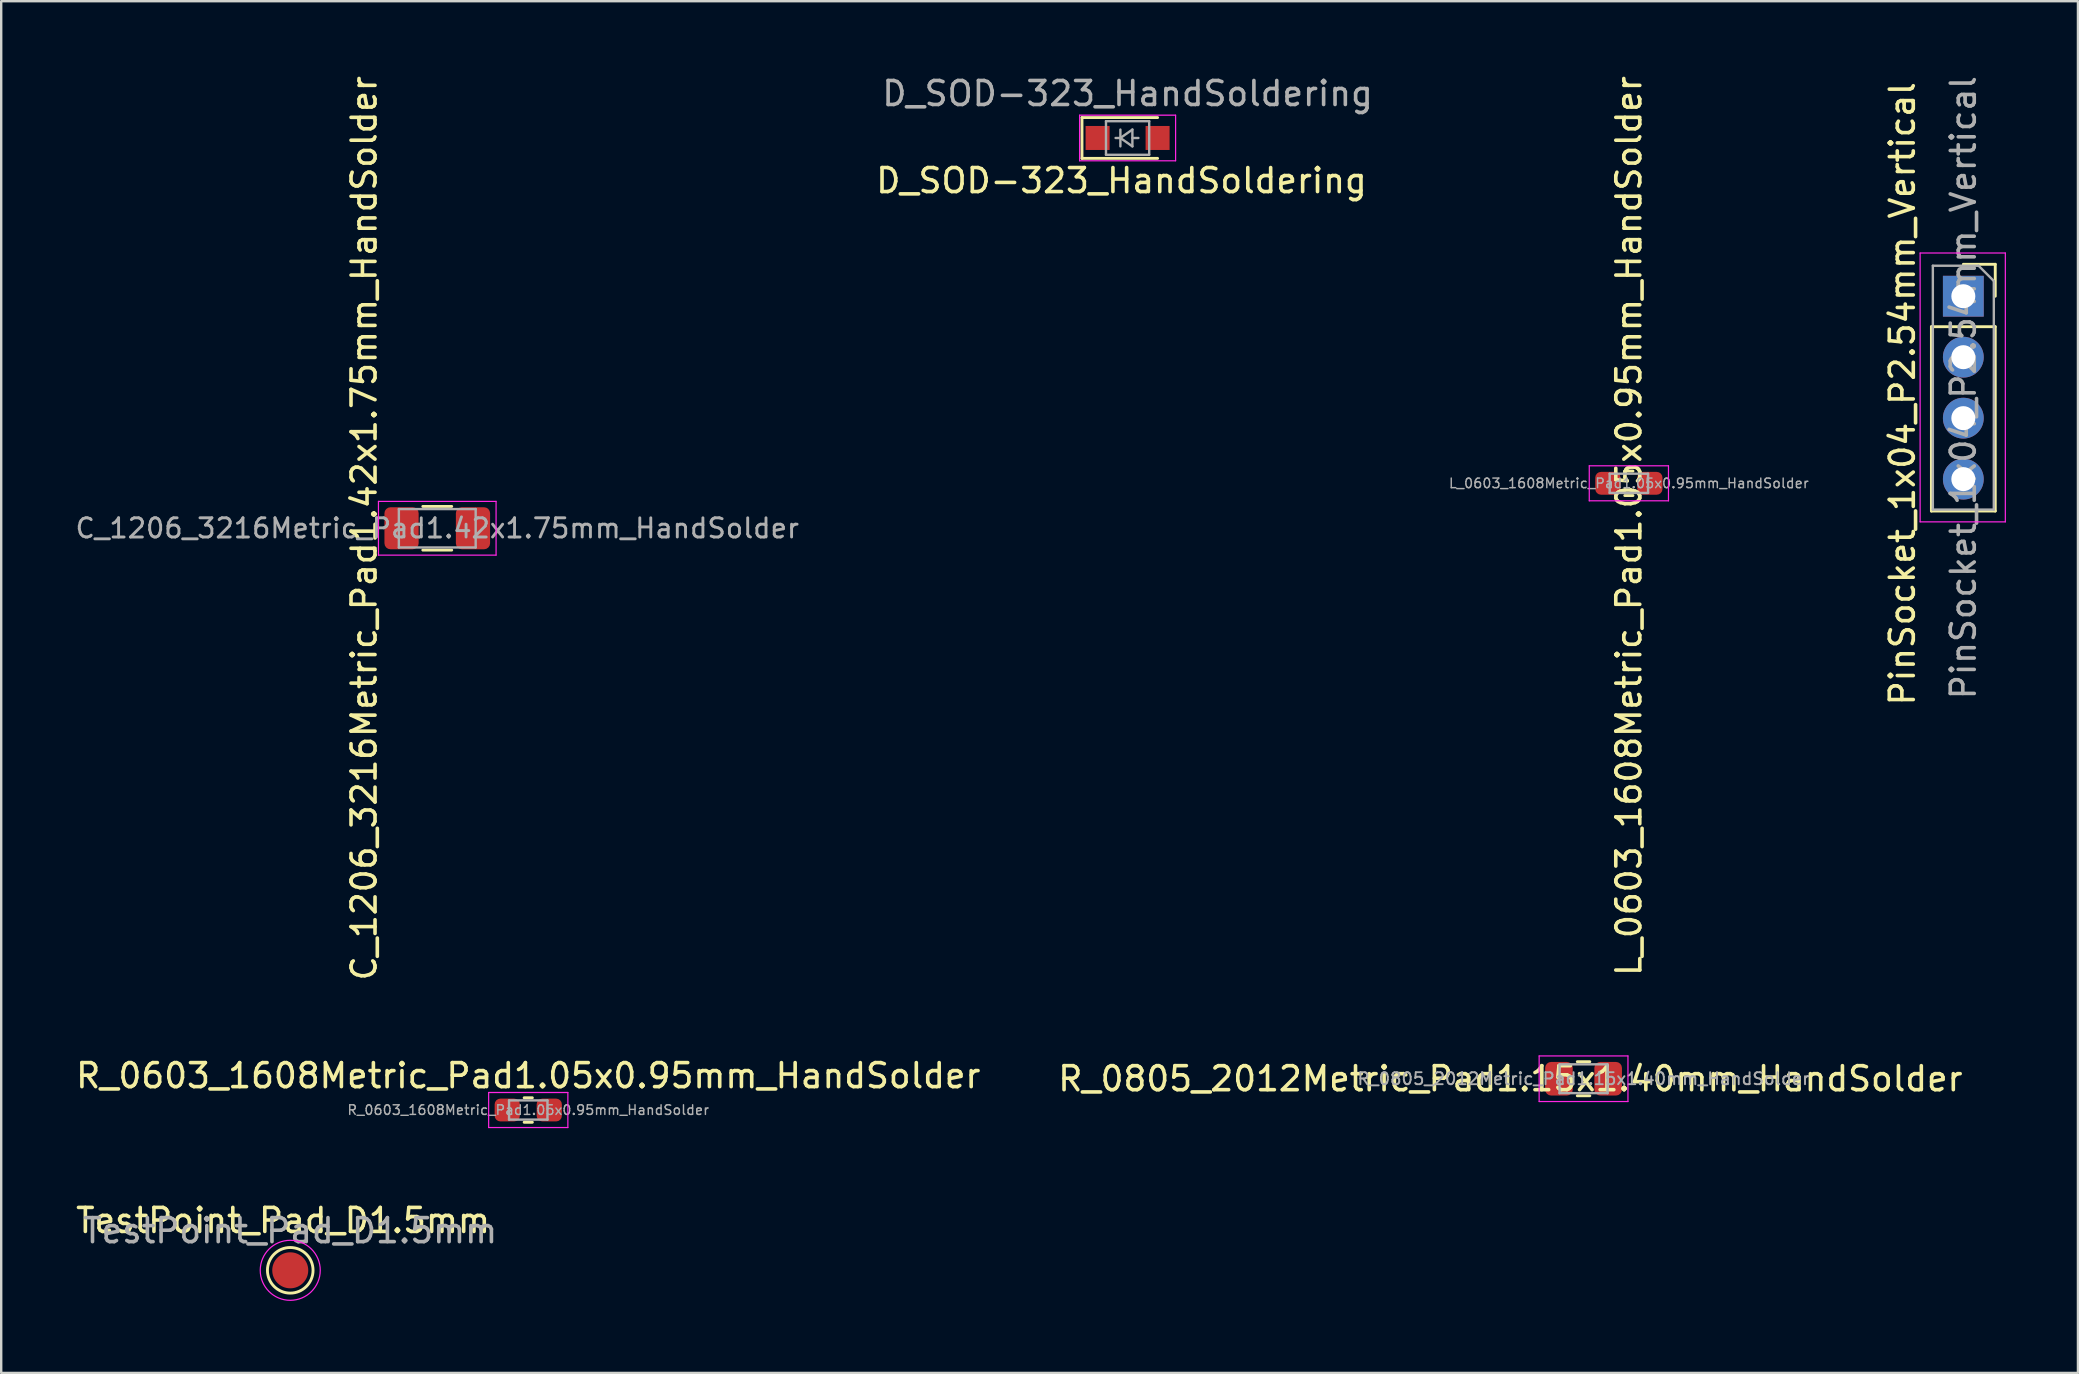
<source format=kicad_pcb>
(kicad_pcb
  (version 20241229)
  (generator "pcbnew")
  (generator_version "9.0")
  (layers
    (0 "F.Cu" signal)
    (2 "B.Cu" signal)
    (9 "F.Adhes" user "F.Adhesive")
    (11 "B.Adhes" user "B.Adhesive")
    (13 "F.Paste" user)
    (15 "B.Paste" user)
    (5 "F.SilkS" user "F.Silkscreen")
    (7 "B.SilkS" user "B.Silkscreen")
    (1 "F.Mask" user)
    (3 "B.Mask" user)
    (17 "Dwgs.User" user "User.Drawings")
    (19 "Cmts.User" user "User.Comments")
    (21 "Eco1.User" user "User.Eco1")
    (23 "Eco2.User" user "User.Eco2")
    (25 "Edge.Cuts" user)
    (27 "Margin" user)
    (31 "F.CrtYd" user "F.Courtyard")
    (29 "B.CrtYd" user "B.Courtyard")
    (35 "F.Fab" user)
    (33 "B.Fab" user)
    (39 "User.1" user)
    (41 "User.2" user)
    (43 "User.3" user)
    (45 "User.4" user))
  (footprint "PinSocket_1x04_P2.54mm_Vertical"
    (layer "F.Cu")
    (at 78.745 9.291)
    (property "Reference" "PinSocket_1x04_P2.54mm_Vertical" (at -2.54 4.064 90) (layer "F.SilkS") (effects (font (size 1 1) (thickness 0.15))))
    (attr through_hole)
    (fp_line (start -1.33 1.27) (end -1.33 8.95) (stroke (width 0.12) (type solid)) (layer "F.SilkS"))
    (fp_line (start -1.33 1.27) (end 1.33 1.27) (stroke (width 0.12) (type solid)) (layer "F.SilkS"))
    (fp_line (start -1.33 8.95) (end 1.33 8.95) (stroke (width 0.12) (type solid)) (layer "F.SilkS"))
    (fp_line (start 0 -1.33) (end 1.33 -1.33) (stroke (width 0.12) (type solid)) (layer "F.SilkS"))
    (fp_line (start 1.33 -1.33) (end 1.33 0) (stroke (width 0.12) (type solid)) (layer "F.SilkS"))
    (fp_line (start 1.33 1.27) (end 1.33 8.95) (stroke (width 0.12) (type solid)) (layer "F.SilkS"))
    (fp_line (start -1.8 -1.8) (end 1.75 -1.8) (stroke (width 0.05) (type solid)) (layer "F.CrtYd"))
    (fp_line (start -1.8 9.4) (end -1.8 -1.8) (stroke (width 0.05) (type solid)) (layer "F.CrtYd"))
    (fp_line (start 1.75 -1.8) (end 1.75 9.4) (stroke (width 0.05) (type solid)) (layer "F.CrtYd"))
    (fp_line (start 1.75 9.4) (end -1.8 9.4) (stroke (width 0.05) (type solid)) (layer "F.CrtYd"))
    (fp_line (start -1.27 -1.27) (end 0.635 -1.27) (stroke (width 0.1) (type solid)) (layer "F.Fab"))
    (fp_line (start -1.27 8.89) (end -1.27 -1.27) (stroke (width 0.1) (type solid)) (layer "F.Fab"))
    (fp_line (start 0.635 -1.27) (end 1.27 -0.635) (stroke (width 0.1) (type solid)) (layer "F.Fab"))
    (fp_line (start 1.27 -0.635) (end 1.27 8.89) (stroke (width 0.1) (type solid)) (layer "F.Fab"))
    (fp_line (start 1.27 8.89) (end -1.27 8.89) (stroke (width 0.1) (type solid)) (layer "F.Fab"))
    (fp_text user "${REFERENCE}" (at 0 3.81 90) (layer "F.Fab") (effects (font (size 1 1) (thickness 0.15))))
    (pad "1" thru_hole rect (at 0 0) (size 1.7 1.7) (drill 1) (layers "*.Cu" "*.Mask"))
    (pad "2" thru_hole oval (at 0 2.54) (size 1.7 1.7) (drill 1) (layers "*.Cu" "*.Mask"))
    (pad "3" thru_hole oval (at 0 5.08) (size 1.7 1.7) (drill 1) (layers "*.Cu" "*.Mask"))
    (pad "4" thru_hole oval (at 0 7.62) (size 1.7 1.7) (drill 1) (layers "*.Cu" "*.Mask")))
  (footprint "L_0603_1608Metric_Pad1.05x0.95mm_HandSolder"
    (layer "F.Cu")
    (at 64.811 17.085)
    (property "Reference" "L_0603_1608Metric_Pad1.05x0.95mm_HandSolder" (at 0 1.778 90) (layer "F.SilkS") (effects (font (size 1 1) (thickness 0.15))))
    (attr smd)
    (fp_line (start -0.171 -0.51) (end 0.171 -0.51) (stroke (width 0.12) (type solid)) (layer "F.SilkS"))
    (fp_line (start -0.171 0.51) (end 0.171 0.51) (stroke (width 0.12) (type solid)) (layer "F.SilkS"))
    (fp_line (start -1.65 -0.73) (end 1.65 -0.73) (stroke (width 0.05) (type solid)) (layer "F.CrtYd"))
    (fp_line (start -1.65 0.73) (end -1.65 -0.73) (stroke (width 0.05) (type solid)) (layer "F.CrtYd"))
    (fp_line (start 1.65 -0.73) (end 1.65 0.73) (stroke (width 0.05) (type solid)) (layer "F.CrtYd"))
    (fp_line (start 1.65 0.73) (end -1.65 0.73) (stroke (width 0.05) (type solid)) (layer "F.CrtYd"))
    (fp_line (start -0.8 -0.4) (end 0.8 -0.4) (stroke (width 0.1) (type solid)) (layer "F.Fab"))
    (fp_line (start -0.8 0.4) (end -0.8 -0.4) (stroke (width 0.1) (type solid)) (layer "F.Fab"))
    (fp_line (start 0.8 -0.4) (end 0.8 0.4) (stroke (width 0.1) (type solid)) (layer "F.Fab"))
    (fp_line (start 0.8 0.4) (end -0.8 0.4) (stroke (width 0.1) (type solid)) (layer "F.Fab"))
    (fp_text user "${REFERENCE}" (at 0 0 0) (layer "F.Fab") (effects (font (size 0.4 0.4) (thickness 0.06))))
    (pad "1" smd roundrect (at -0.875 0) (size 1.05 0.95) (layers "F.Cu" "F.Mask" "F.Paste") (roundrect_rratio 0.25))
    (pad "2" smd roundrect (at 0.875 0) (size 1.05 0.95) (layers "F.Cu" "F.Mask" "F.Paste") (roundrect_rratio 0.25)))
  (footprint "R_0805_2012Metric_Pad1.15x1.40mm_HandSolder"
    (layer "F.Cu")
    (at 62.923 41.892)
    (property "Reference" "R_0805_2012Metric_Pad1.15x1.40mm_HandSolder" (at -3.048 0 0) (layer "F.SilkS") (effects (font (size 1 1) (thickness 0.15))))
    (attr smd)
    (fp_line (start -0.261 -0.71) (end 0.261 -0.71) (stroke (width 0.12) (type solid)) (layer "F.SilkS"))
    (fp_line (start -0.261 0.71) (end 0.261 0.71) (stroke (width 0.12) (type solid)) (layer "F.SilkS"))
    (fp_line (start -1.85 -0.95) (end 1.85 -0.95) (stroke (width 0.05) (type solid)) (layer "F.CrtYd"))
    (fp_line (start -1.85 0.95) (end -1.85 -0.95) (stroke (width 0.05) (type solid)) (layer "F.CrtYd"))
    (fp_line (start 1.85 -0.95) (end 1.85 0.95) (stroke (width 0.05) (type solid)) (layer "F.CrtYd"))
    (fp_line (start 1.85 0.95) (end -1.85 0.95) (stroke (width 0.05) (type solid)) (layer "F.CrtYd"))
    (fp_line (start -1 -0.6) (end 1 -0.6) (stroke (width 0.1) (type solid)) (layer "F.Fab"))
    (fp_line (start -1 0.6) (end -1 -0.6) (stroke (width 0.1) (type solid)) (layer "F.Fab"))
    (fp_line (start 1 -0.6) (end 1 0.6) (stroke (width 0.1) (type solid)) (layer "F.Fab"))
    (fp_line (start 1 0.6) (end -1 0.6) (stroke (width 0.1) (type solid)) (layer "F.Fab"))
    (fp_text user "${REFERENCE}" (at 0 0 0) (layer "F.Fab") (effects (font (size 0.5 0.5) (thickness 0.08))))
    (pad "1" smd roundrect (at -1.025 0) (size 1.15 1.4) (layers "F.Cu" "F.Mask" "F.Paste") (roundrect_rratio 0.217))
    (pad "2" smd roundrect (at 1.025 0) (size 1.15 1.4) (layers "F.Cu" "F.Mask" "F.Paste") (roundrect_rratio 0.217)))
  (footprint "R_0603_1608Metric_Pad1.05x0.95mm_HandSolder"
    (layer "F.Cu")
    (at 18.958 43.195)
    (property "Reference" "R_0603_1608Metric_Pad1.05x0.95mm_HandSolder" (at 0 -1.43 0) (layer "F.SilkS") (effects (font (size 1 1) (thickness 0.15))))
    (attr smd)
    (fp_line (start -0.171 -0.51) (end 0.171 -0.51) (stroke (width 0.12) (type solid)) (layer "F.SilkS"))
    (fp_line (start -0.171 0.51) (end 0.171 0.51) (stroke (width 0.12) (type solid)) (layer "F.SilkS"))
    (fp_line (start -1.65 -0.73) (end 1.65 -0.73) (stroke (width 0.05) (type solid)) (layer "F.CrtYd"))
    (fp_line (start -1.65 0.73) (end -1.65 -0.73) (stroke (width 0.05) (type solid)) (layer "F.CrtYd"))
    (fp_line (start 1.65 -0.73) (end 1.65 0.73) (stroke (width 0.05) (type solid)) (layer "F.CrtYd"))
    (fp_line (start 1.65 0.73) (end -1.65 0.73) (stroke (width 0.05) (type solid)) (layer "F.CrtYd"))
    (fp_line (start -0.8 -0.4) (end 0.8 -0.4) (stroke (width 0.1) (type solid)) (layer "F.Fab"))
    (fp_line (start -0.8 0.4) (end -0.8 -0.4) (stroke (width 0.1) (type solid)) (layer "F.Fab"))
    (fp_line (start 0.8 -0.4) (end 0.8 0.4) (stroke (width 0.1) (type solid)) (layer "F.Fab"))
    (fp_line (start 0.8 0.4) (end -0.8 0.4) (stroke (width 0.1) (type solid)) (layer "F.Fab"))
    (fp_text user "${REFERENCE}" (at 0 0 0) (layer "F.Fab") (effects (font (size 0.4 0.4) (thickness 0.06))))
    (pad "1" smd roundrect (at -0.875 0) (size 1.05 0.95) (layers "F.Cu" "F.Mask" "F.Paste") (roundrect_rratio 0.25))
    (pad "2" smd roundrect (at 0.875 0) (size 1.05 0.95) (layers "F.Cu" "F.Mask" "F.Paste") (roundrect_rratio 0.25)))
  (footprint "TestPoint_Pad_D1.5mm"
    (layer "F.Cu")
    (at 9.042 49.873)
    (property "Reference" "TestPoint_Pad_D1.5mm" (at -0.298 -2.075 0) (layer "F.SilkS") (effects (font (size 1 1) (thickness 0.15))))
    (attr exclude_from_pos_files exclude_from_bom)
    (fp_circle (center 0 0) (end 0 0.95) (stroke (width 0.12) (type solid)) (fill no) (layer "F.SilkS"))
    (fp_circle (center 0 0) (end 1.25 0) (stroke (width 0.05) (type solid)) (fill no) (layer "F.CrtYd"))
    (fp_text user "${REFERENCE}" (at 0 -1.65 0) (layer "F.Fab") (effects (font (size 1 1) (thickness 0.15))))
    (pad "1" smd circle (at 0 0) (size 1.5 1.5) (layers "F.Cu" "F.Mask")))
  (footprint "C_1206_3216Metric_Pad1.42x1.75mm_HandSolder"
    (layer "F.Cu")
    (at 15.167 18.958)
    (property "Reference" "C_1206_3216Metric_Pad1.42x1.75mm_HandSolder" (at -3.048 0 90) (layer "F.SilkS") (effects (font (size 1 1) (thickness 0.15))))
    (attr smd)
    (fp_line (start -0.602 -0.91) (end 0.602 -0.91) (stroke (width 0.12) (type solid)) (layer "F.SilkS"))
    (fp_line (start -0.602 0.91) (end 0.602 0.91) (stroke (width 0.12) (type solid)) (layer "F.SilkS"))
    (fp_line (start -2.45 -1.12) (end 2.45 -1.12) (stroke (width 0.05) (type solid)) (layer "F.CrtYd"))
    (fp_line (start -2.45 1.12) (end -2.45 -1.12) (stroke (width 0.05) (type solid)) (layer "F.CrtYd"))
    (fp_line (start 2.45 -1.12) (end 2.45 1.12) (stroke (width 0.05) (type solid)) (layer "F.CrtYd"))
    (fp_line (start 2.45 1.12) (end -2.45 1.12) (stroke (width 0.05) (type solid)) (layer "F.CrtYd"))
    (fp_line (start -1.6 -0.8) (end 1.6 -0.8) (stroke (width 0.1) (type solid)) (layer "F.Fab"))
    (fp_line (start -1.6 0.8) (end -1.6 -0.8) (stroke (width 0.1) (type solid)) (layer "F.Fab"))
    (fp_line (start 1.6 -0.8) (end 1.6 0.8) (stroke (width 0.1) (type solid)) (layer "F.Fab"))
    (fp_line (start 1.6 0.8) (end -1.6 0.8) (stroke (width 0.1) (type solid)) (layer "F.Fab"))
    (fp_text user "${REFERENCE}" (at 0 0 0) (layer "F.Fab") (effects (font (size 0.8 0.8) (thickness 0.12))))
    (pad "1" smd roundrect (at -1.488 0) (size 1.425 1.75) (layers "F.Cu" "F.Mask" "F.Paste") (roundrect_rratio 0.175))
    (pad "2" smd roundrect (at 1.488 0) (size 1.425 1.75) (layers "F.Cu" "F.Mask" "F.Paste") (roundrect_rratio 0.175)))
  (footprint "D_SOD-323_HandSoldering"
    (layer "F.Cu")
    (at 43.927 2.698)
    (property "Reference" "D_SOD-323_HandSoldering" (at -0.254 1.778 0) (layer "F.SilkS") (effects (font (size 1 1) (thickness 0.15))))
    (attr smd)
    (fp_line (start -1.9 -0.85) (end -1.9 0.85) (stroke (width 0.12) (type solid)) (layer "F.SilkS"))
    (fp_line (start -1.9 -0.85) (end 1.25 -0.85) (stroke (width 0.12) (type solid)) (layer "F.SilkS"))
    (fp_line (start -1.9 0.85) (end 1.25 0.85) (stroke (width 0.12) (type solid)) (layer "F.SilkS"))
    (fp_line (start -2 -0.95) (end -2 0.95) (stroke (width 0.05) (type solid)) (layer "F.CrtYd"))
    (fp_line (start -2 -0.95) (end 2 -0.95) (stroke (width 0.05) (type solid)) (layer "F.CrtYd"))
    (fp_line (start -2 0.95) (end 2 0.95) (stroke (width 0.05) (type solid)) (layer "F.CrtYd"))
    (fp_line (start 2 -0.95) (end 2 0.95) (stroke (width 0.05) (type solid)) (layer "F.CrtYd"))
    (fp_line (start -0.9 -0.7) (end 0.9 -0.7) (stroke (width 0.1) (type solid)) (layer "F.Fab"))
    (fp_line (start -0.9 0.7) (end -0.9 -0.7) (stroke (width 0.1) (type solid)) (layer "F.Fab"))
    (fp_line (start -0.3 -0.35) (end -0.3 0.35) (stroke (width 0.1) (type solid)) (layer "F.Fab"))
    (fp_line (start -0.3 0) (end -0.5 0) (stroke (width 0.1) (type solid)) (layer "F.Fab"))
    (fp_line (start -0.3 0) (end 0.2 -0.35) (stroke (width 0.1) (type solid)) (layer "F.Fab"))
    (fp_line (start 0.2 -0.35) (end 0.2 0.35) (stroke (width 0.1) (type solid)) (layer "F.Fab"))
    (fp_line (start 0.2 0) (end 0.45 0) (stroke (width 0.1) (type solid)) (layer "F.Fab"))
    (fp_line (start 0.2 0.35) (end -0.3 0) (stroke (width 0.1) (type solid)) (layer "F.Fab"))
    (fp_line (start 0.9 -0.7) (end 0.9 0.7) (stroke (width 0.1) (type solid)) (layer "F.Fab"))
    (fp_line (start 0.9 0.7) (end -0.9 0.7) (stroke (width 0.1) (type solid)) (layer "F.Fab"))
    (fp_text user "${REFERENCE}" (at 0 -1.85 0) (layer "F.Fab") (effects (font (size 1 1) (thickness 0.15))))
    (pad "1" smd rect (at -1.25 0) (size 1 1) (layers "F.Cu" "F.Mask" "F.Paste"))
    (pad "2" smd rect (at 1.25 0) (size 1 1) (layers "F.Cu" "F.Mask" "F.Paste")))
  (gr_rect
    (start -3 -3)
    (end 83.52 54.148)
    (stroke (width 0.1) (type default))
    (fill no)
    (layer "Edge.Cuts")))
</source>
